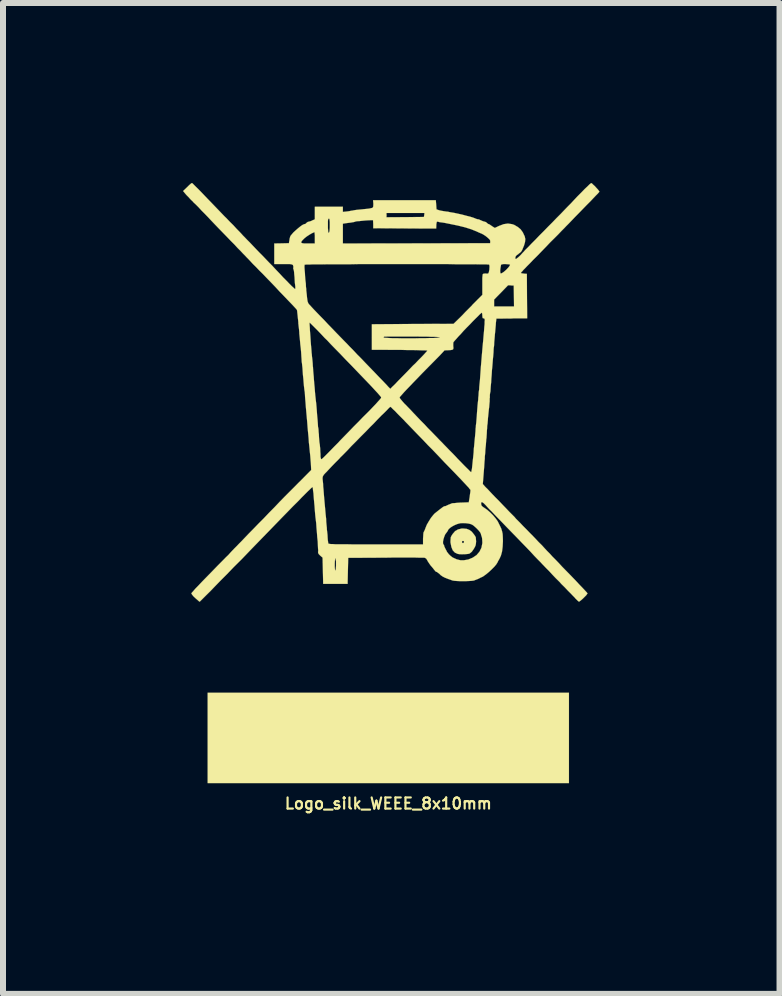
<source format=kicad_pcb>
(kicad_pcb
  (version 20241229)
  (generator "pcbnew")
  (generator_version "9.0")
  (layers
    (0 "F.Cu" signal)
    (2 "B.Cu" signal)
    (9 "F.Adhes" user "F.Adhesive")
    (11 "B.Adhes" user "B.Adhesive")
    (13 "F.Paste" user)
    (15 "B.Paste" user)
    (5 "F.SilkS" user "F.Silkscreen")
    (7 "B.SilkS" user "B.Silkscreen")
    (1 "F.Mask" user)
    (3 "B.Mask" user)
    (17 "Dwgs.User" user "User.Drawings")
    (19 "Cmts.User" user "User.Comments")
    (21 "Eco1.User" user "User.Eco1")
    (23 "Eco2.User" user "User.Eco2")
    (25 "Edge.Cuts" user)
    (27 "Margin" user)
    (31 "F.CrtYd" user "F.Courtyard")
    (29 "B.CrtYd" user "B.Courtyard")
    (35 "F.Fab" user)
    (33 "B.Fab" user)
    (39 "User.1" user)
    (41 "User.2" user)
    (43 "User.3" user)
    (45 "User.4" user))
  (footprint "Logo_silk_WEEE_8x10mm"
    (layer "F.Cu")
    (at 3.42 5.056)
    (property "Reference" "Logo_silk_WEEE_8x10mm" (at 0 5.283 0) (layer "F.SilkS") (effects (font (size 0.185 0.185) (thickness 0.036))))
    (attr exclude_from_pos_files exclude_from_bom)
    (fp_poly (pts (xy 3.01 4.943) (xy 0 4.943) (xy -3.01 4.943) (xy -3.01 4.188) (xy -3.01 3.437) (xy 0 3.437) (xy 3.01 3.437) (xy 3.01 4.188) (xy 3.01 4.943)) (stroke (width 0.003) (type solid)) (fill yes) (layer "F.SilkS"))
    (fp_poly (pts (xy 1.463 0.914) (xy 1.46 0.953) (xy 1.455 0.98) (xy 1.443 1.008) (xy 1.422 1.044) (xy 1.392 1.087) (xy 1.364 1.11) (xy 1.349 1.12) (xy 1.318 1.125) (xy 1.278 1.128) (xy 1.262 1.128) (xy 1.262 0.917) (xy 1.252 0.907) (xy 1.237 0.907) (xy 1.232 0.909) (xy 1.227 0.927) (xy 1.234 0.94) (xy 1.245 0.945) (xy 1.257 0.937) (xy 1.26 0.932) (xy 1.262 0.917) (xy 1.262 1.128) (xy 1.229 1.13) (xy 1.186 1.128) (xy 1.156 1.123) (xy 1.11 1.102) (xy 1.074 1.064) (xy 1.052 1.011) (xy 1.039 0.945) (xy 1.036 0.914) (xy 1.039 0.874) (xy 1.041 0.846) (xy 1.054 0.82) (xy 1.072 0.792) (xy 1.113 0.744) (xy 1.161 0.716) (xy 1.222 0.701) (xy 1.25 0.701) (xy 1.306 0.706) (xy 1.351 0.724) (xy 1.392 0.754) (xy 1.422 0.792) (xy 1.445 0.823) (xy 1.458 0.848) (xy 1.46 0.876) (xy 1.463 0.914)) (stroke (width 0.003) (type solid)) (fill yes) (layer "F.SilkS"))
    (fp_poly (pts (xy 3.518 -4.912) (xy 3.51 -4.902) (xy 3.49 -4.879) (xy 3.457 -4.846) (xy 3.416 -4.803) (xy 3.368 -4.752) (xy 3.315 -4.699) (xy 3.297 -4.681) (xy 3.236 -4.618) (xy 3.172 -4.552) (xy 3.109 -4.488) (xy 3.051 -4.427) (xy 3.002 -4.376) (xy 2.964 -4.338) (xy 2.931 -4.303) (xy 2.885 -4.257) (xy 2.83 -4.199) (xy 2.766 -4.135) (xy 2.697 -4.067) (xy 2.629 -3.995) (xy 2.56 -3.924) (xy 2.479 -3.84) (xy 2.41 -3.772) (xy 2.357 -3.716) (xy 2.311 -3.67) (xy 2.278 -3.635) (xy 2.25 -3.607) (xy 2.233 -3.586) (xy 2.22 -3.574) (xy 2.215 -3.566) (xy 2.21 -3.559) (xy 2.212 -3.556) (xy 2.225 -3.551) (xy 2.253 -3.548) (xy 2.263 -3.546) (xy 2.309 -3.543) (xy 2.311 -3.172) (xy 2.314 -2.802) (xy 2.095 -2.802) (xy 2.095 -3) (xy 2.093 -3.172) (xy 2.09 -3.348) (xy 2.045 -3.35) (xy 2.029 -3.353) (xy 2.029 -3.691) (xy 2.029 -3.693) (xy 2.017 -3.701) (xy 1.989 -3.703) (xy 1.956 -3.706) (xy 1.92 -3.706) (xy 1.892 -3.701) (xy 1.882 -3.698) (xy 1.877 -3.686) (xy 1.872 -3.658) (xy 1.867 -3.625) (xy 1.864 -3.592) (xy 1.867 -3.564) (xy 1.867 -3.559) (xy 1.875 -3.548) (xy 1.895 -3.556) (xy 1.925 -3.576) (xy 1.963 -3.609) (xy 1.971 -3.617) (xy 1.999 -3.647) (xy 2.019 -3.673) (xy 2.029 -3.691) (xy 2.029 -3.353) (xy 1.996 -3.353) (xy 1.88 -3.233) (xy 1.763 -3.114) (xy 1.763 -3.056) (xy 1.763 -3) (xy 1.93 -3) (xy 2.095 -3) (xy 2.095 -2.802) (xy 2.057 -2.799) (xy 1.801 -2.797) (xy 1.793 -2.728) (xy 1.791 -2.692) (xy 1.786 -2.639) (xy 1.781 -2.581) (xy 1.775 -2.522) (xy 1.775 -2.515) (xy 1.77 -2.459) (xy 1.765 -2.403) (xy 1.763 -2.355) (xy 1.76 -2.324) (xy 1.758 -2.319) (xy 1.755 -2.286) (xy 1.753 -2.235) (xy 1.748 -2.174) (xy 1.742 -2.111) (xy 1.737 -2.045) (xy 1.732 -1.986) (xy 1.727 -1.938) (xy 1.727 -1.935) (xy 1.725 -1.902) (xy 1.722 -1.854) (xy 1.717 -1.796) (xy 1.714 -1.735) (xy 1.712 -1.72) (xy 1.707 -1.664) (xy 1.704 -1.618) (xy 1.702 -1.582) (xy 1.699 -1.572) (xy 1.699 -4.079) (xy 1.697 -4.1) (xy 1.684 -4.12) (xy 1.656 -4.145) (xy 1.651 -4.15) (xy 1.618 -4.176) (xy 1.582 -4.199) (xy 1.56 -4.211) (xy 1.521 -4.227) (xy 1.483 -4.244) (xy 1.478 -4.247) (xy 1.384 -4.285) (xy 1.28 -4.318) (xy 1.158 -4.348) (xy 1.021 -4.376) (xy 0.942 -4.392) (xy 0.897 -4.399) (xy 0.856 -4.404) (xy 0.828 -4.412) (xy 0.818 -4.412) (xy 0.81 -4.412) (xy 0.805 -4.397) (xy 0.8 -4.366) (xy 0.8 -4.356) (xy 0.798 -4.298) (xy 0.602 -4.298) (xy 0.602 -4.557) (xy 0.284 -4.557) (xy -0.03 -4.557) (xy -0.03 -4.521) (xy -0.03 -4.486) (xy 0.282 -4.488) (xy 0.594 -4.491) (xy 0.599 -4.524) (xy 0.602 -4.557) (xy 0.602 -4.298) (xy 0.272 -4.3) (xy -0.251 -4.303) (xy -0.251 -4.371) (xy -0.254 -4.437) (xy -0.295 -4.437) (xy -0.338 -4.435) (xy -0.386 -4.432) (xy -0.437 -4.427) (xy -0.483 -4.422) (xy -0.521 -4.42) (xy -0.546 -4.415) (xy -0.554 -4.412) (xy -0.569 -4.407) (xy -0.599 -4.402) (xy -0.627 -4.397) (xy -0.668 -4.392) (xy -0.706 -4.387) (xy -0.724 -4.384) (xy -0.757 -4.379) (xy -0.757 -4.214) (xy -0.757 -4.049) (xy 0.467 -4.051) (xy 1.697 -4.054) (xy 1.699 -4.079) (xy 1.699 -1.572) (xy 1.697 -1.56) (xy 1.697 -1.557) (xy 1.694 -1.544) (xy 1.692 -1.516) (xy 1.692 -1.478) (xy 1.689 -1.466) (xy 1.689 -1.417) (xy 1.687 -1.4) (xy 1.687 -3.663) (xy 1.684 -3.688) (xy 1.679 -3.698) (xy 1.666 -3.698) (xy 1.636 -3.701) (xy 1.585 -3.701) (xy 1.519 -3.701) (xy 1.438 -3.703) (xy 1.344 -3.703) (xy 1.237 -3.703) (xy 1.12 -3.703) (xy 0.993 -3.706) (xy 0.856 -3.706) (xy 0.714 -3.706) (xy 0.566 -3.706) (xy 0.417 -3.706) (xy 0.262 -3.706) (xy 0.107 -3.706) (xy -0.046 -3.706) (xy -0.198 -3.706) (xy -0.348 -3.706) (xy -0.493 -3.706) (xy -0.632 -3.703) (xy -0.765 -3.703) (xy -0.886 -3.703) (xy -0.975 -3.703) (xy -0.975 -4.351) (xy -0.975 -4.402) (xy -0.978 -4.435) (xy -0.98 -4.455) (xy -0.986 -4.463) (xy -0.991 -4.463) (xy -0.998 -4.46) (xy -1.003 -4.448) (xy -1.006 -4.425) (xy -1.006 -4.384) (xy -1.006 -4.351) (xy -1.006 -4.305) (xy -1.003 -4.267) (xy -1.001 -4.242) (xy -1.001 -4.232) (xy -0.991 -4.229) (xy -0.983 -4.239) (xy -0.978 -4.267) (xy -0.975 -4.315) (xy -0.975 -4.351) (xy -0.975 -3.703) (xy -1.001 -3.703) (xy -1.102 -3.701) (xy -1.191 -3.701) (xy -1.224 -3.701) (xy -1.224 -4.049) (xy -1.224 -4.143) (xy -1.224 -4.183) (xy -1.227 -4.214) (xy -1.229 -4.234) (xy -1.232 -4.237) (xy -1.252 -4.229) (xy -1.283 -4.214) (xy -1.321 -4.191) (xy -1.359 -4.166) (xy -1.392 -4.14) (xy -1.4 -4.133) (xy -1.433 -4.1) (xy -1.45 -4.077) (xy -1.45 -4.061) (xy -1.435 -4.054) (xy -1.402 -4.049) (xy -1.349 -4.049) (xy -1.339 -4.049) (xy -1.224 -4.049) (xy -1.224 -3.701) (xy -1.267 -3.701) (xy -1.326 -3.698) (xy -1.367 -3.698) (xy -1.392 -3.696) (xy -1.394 -3.696) (xy -1.397 -3.683) (xy -1.397 -3.653) (xy -1.394 -3.607) (xy -1.389 -3.553) (xy -1.387 -3.505) (xy -1.382 -3.442) (xy -1.374 -3.381) (xy -1.372 -3.327) (xy -1.367 -3.287) (xy -1.367 -3.269) (xy -1.359 -3.2) (xy -1.354 -3.147) (xy -1.349 -3.109) (xy -1.344 -3.081) (xy -1.336 -3.061) (xy -1.328 -3.045) (xy -1.318 -3.033) (xy -1.303 -3.018) (xy -1.278 -2.99) (xy -1.24 -2.949) (xy -1.191 -2.898) (xy -1.135 -2.84) (xy -1.072 -2.776) (xy -1.006 -2.705) (xy -0.937 -2.634) (xy -0.866 -2.56) (xy -0.795 -2.487) (xy -0.726 -2.416) (xy -0.693 -2.383) (xy -0.645 -2.332) (xy -0.594 -2.281) (xy -0.549 -2.233) (xy -0.511 -2.192) (xy -0.485 -2.167) (xy -0.437 -2.118) (xy -0.384 -2.062) (xy -0.328 -2.004) (xy -0.272 -1.946) (xy -0.213 -1.885) (xy -0.157 -1.826) (xy -0.107 -1.775) (xy -0.061 -1.727) (xy -0.025 -1.689) (xy 0 -1.661) (xy 0.015 -1.646) (xy 0.018 -1.643) (xy 0.03 -1.631) (xy 0.033 -1.628) (xy 0.043 -1.636) (xy 0.061 -1.656) (xy 0.091 -1.684) (xy 0.127 -1.72) (xy 0.145 -1.74) (xy 0.185 -1.781) (xy 0.234 -1.831) (xy 0.292 -1.89) (xy 0.351 -1.951) (xy 0.411 -2.014) (xy 0.452 -2.052) (xy 0.503 -2.106) (xy 0.551 -2.154) (xy 0.592 -2.197) (xy 0.622 -2.23) (xy 0.643 -2.253) (xy 0.65 -2.263) (xy 0.643 -2.266) (xy 0.612 -2.268) (xy 0.564 -2.268) (xy 0.5 -2.271) (xy 0.419 -2.273) (xy 0.323 -2.273) (xy 0.211 -2.276) (xy 0.188 -2.276) (xy -0.274 -2.278) (xy -0.274 -2.492) (xy -0.274 -2.703) (xy 0.406 -2.708) (xy 1.087 -2.71) (xy 1.163 -2.784) (xy 1.194 -2.814) (xy 1.237 -2.857) (xy 1.285 -2.908) (xy 1.339 -2.962) (xy 1.392 -3.015) (xy 1.402 -3.028) (xy 1.567 -3.193) (xy 1.567 -3.365) (xy 1.567 -3.429) (xy 1.567 -3.475) (xy 1.57 -3.508) (xy 1.572 -3.526) (xy 1.575 -3.538) (xy 1.582 -3.543) (xy 1.59 -3.546) (xy 1.613 -3.548) (xy 1.623 -3.548) (xy 1.651 -3.546) (xy 1.669 -3.553) (xy 1.676 -3.574) (xy 1.684 -3.609) (xy 1.684 -3.619) (xy 1.687 -3.663) (xy 1.687 -1.4) (xy 1.684 -1.367) (xy 1.681 -1.328) (xy 1.681 -1.326) (xy 1.676 -1.288) (xy 1.671 -1.24) (xy 1.666 -1.189) (xy 1.661 -1.143) (xy 1.659 -1.105) (xy 1.656 -1.077) (xy 1.656 -1.074) (xy 1.654 -1.049) (xy 1.648 -1.011) (xy 1.646 -0.965) (xy 1.643 -0.932) (xy 1.641 -0.884) (xy 1.638 -0.841) (xy 1.636 -0.805) (xy 1.633 -0.792) (xy 1.631 -0.767) (xy 1.628 -0.726) (xy 1.626 -0.693) (xy 1.623 -0.665) (xy 1.618 -0.62) (xy 1.615 -0.561) (xy 1.608 -0.493) (xy 1.608 -0.465) (xy 1.608 -2.774) (xy 1.605 -2.789) (xy 1.6 -2.797) (xy 1.595 -2.802) (xy 1.587 -2.802) (xy 1.575 -2.804) (xy 1.57 -2.817) (xy 1.567 -2.842) (xy 1.567 -2.85) (xy 1.565 -2.878) (xy 1.56 -2.893) (xy 1.557 -2.896) (xy 1.547 -2.888) (xy 1.524 -2.868) (xy 1.494 -2.837) (xy 1.453 -2.797) (xy 1.407 -2.751) (xy 1.359 -2.7) (xy 1.308 -2.649) (xy 1.257 -2.596) (xy 1.212 -2.545) (xy 1.168 -2.499) (xy 1.133 -2.459) (xy 1.105 -2.428) (xy 1.09 -2.41) (xy 1.085 -2.405) (xy 1.082 -2.38) (xy 1.082 -2.347) (xy 1.082 -2.339) (xy 1.085 -2.311) (xy 1.082 -2.289) (xy 1.079 -2.286) (xy 1.067 -2.278) (xy 1.039 -2.273) (xy 1.006 -2.271) (xy 0.937 -2.268) (xy 0.859 -2.184) (xy 0.859 -2.484) (xy 0.853 -2.487) (xy 0.838 -2.489) (xy 0.81 -2.492) (xy 0.772 -2.494) (xy 0.719 -2.494) (xy 0.648 -2.497) (xy 0.561 -2.497) (xy 0.457 -2.499) (xy 0.396 -2.499) (xy 0.302 -2.499) (xy 0.213 -2.499) (xy 0.132 -2.499) (xy 0.061 -2.499) (xy 0.003 -2.499) (xy -0.038 -2.497) (xy -0.064 -2.497) (xy -0.069 -2.497) (xy -0.079 -2.487) (xy -0.076 -2.482) (xy -0.066 -2.479) (xy -0.036 -2.477) (xy 0.008 -2.474) (xy 0.066 -2.471) (xy 0.132 -2.471) (xy 0.208 -2.469) (xy 0.292 -2.469) (xy 0.376 -2.469) (xy 0.46 -2.469) (xy 0.544 -2.471) (xy 0.622 -2.471) (xy 0.693 -2.474) (xy 0.754 -2.474) (xy 0.803 -2.477) (xy 0.838 -2.479) (xy 0.856 -2.482) (xy 0.859 -2.484) (xy 0.859 -2.184) (xy 0.564 -1.885) (xy 0.493 -1.811) (xy 0.424 -1.74) (xy 0.363 -1.676) (xy 0.307 -1.618) (xy 0.262 -1.57) (xy 0.226 -1.529) (xy 0.201 -1.501) (xy 0.188 -1.486) (xy 0.193 -1.471) (xy 0.213 -1.445) (xy 0.241 -1.412) (xy 0.277 -1.372) (xy 0.287 -1.364) (xy 0.323 -1.326) (xy 0.368 -1.28) (xy 0.422 -1.222) (xy 0.48 -1.161) (xy 0.541 -1.097) (xy 0.602 -1.036) (xy 0.658 -0.975) (xy 0.714 -0.919) (xy 0.765 -0.866) (xy 0.81 -0.82) (xy 0.846 -0.782) (xy 0.869 -0.759) (xy 0.871 -0.757) (xy 0.894 -0.734) (xy 0.927 -0.699) (xy 0.97 -0.655) (xy 1.021 -0.602) (xy 1.077 -0.546) (xy 1.135 -0.485) (xy 1.151 -0.467) (xy 1.206 -0.411) (xy 1.257 -0.358) (xy 1.3 -0.315) (xy 1.339 -0.277) (xy 1.364 -0.251) (xy 1.379 -0.239) (xy 1.379 -0.236) (xy 1.384 -0.246) (xy 1.389 -0.272) (xy 1.394 -0.297) (xy 1.4 -0.353) (xy 1.407 -0.422) (xy 1.415 -0.495) (xy 1.422 -0.566) (xy 1.425 -0.627) (xy 1.43 -0.671) (xy 1.435 -0.726) (xy 1.44 -0.782) (xy 1.443 -0.808) (xy 1.448 -0.864) (xy 1.453 -0.919) (xy 1.455 -0.968) (xy 1.458 -0.986) (xy 1.46 -1.019) (xy 1.466 -1.067) (xy 1.471 -1.128) (xy 1.476 -1.191) (xy 1.478 -1.229) (xy 1.483 -1.293) (xy 1.488 -1.356) (xy 1.494 -1.412) (xy 1.499 -1.455) (xy 1.499 -1.473) (xy 1.504 -1.519) (xy 1.506 -1.562) (xy 1.509 -1.587) (xy 1.514 -1.615) (xy 1.516 -1.659) (xy 1.521 -1.712) (xy 1.527 -1.768) (xy 1.527 -1.77) (xy 1.534 -1.869) (xy 1.542 -1.984) (xy 1.552 -2.103) (xy 1.562 -2.223) (xy 1.572 -2.337) (xy 1.582 -2.441) (xy 1.587 -2.502) (xy 1.595 -2.588) (xy 1.6 -2.657) (xy 1.605 -2.708) (xy 1.605 -2.746) (xy 1.608 -2.774) (xy 1.608 -0.465) (xy 1.603 -0.414) (xy 1.598 -0.335) (xy 1.598 -0.333) (xy 1.575 -0.041) (xy 1.608 -0.003) (xy 1.623 0.013) (xy 1.654 0.043) (xy 1.692 0.084) (xy 1.737 0.132) (xy 1.788 0.185) (xy 1.844 0.241) (xy 1.847 0.244) (xy 1.902 0.302) (xy 1.961 0.363) (xy 2.014 0.419) (xy 2.062 0.467) (xy 2.103 0.508) (xy 2.126 0.536) (xy 2.156 0.566) (xy 2.197 0.607) (xy 2.245 0.658) (xy 2.301 0.714) (xy 2.357 0.772) (xy 2.393 0.808) (xy 2.449 0.866) (xy 2.504 0.925) (xy 2.56 0.98) (xy 2.606 1.031) (xy 2.644 1.072) (xy 2.662 1.09) (xy 2.692 1.12) (xy 2.733 1.166) (xy 2.784 1.217) (xy 2.84 1.275) (xy 2.896 1.336) (xy 2.941 1.382) (xy 3.038 1.481) (xy 3.119 1.565) (xy 3.185 1.636) (xy 3.239 1.692) (xy 3.279 1.735) (xy 3.305 1.763) (xy 3.317 1.778) (xy 3.32 1.781) (xy 3.312 1.793) (xy 3.297 1.814) (xy 3.272 1.839) (xy 3.244 1.867) (xy 3.216 1.892) (xy 3.193 1.91) (xy 3.178 1.92) (xy 3.167 1.913) (xy 3.147 1.895) (xy 3.119 1.867) (xy 3.104 1.849) (xy 3.076 1.821) (xy 3.04 1.783) (xy 2.992 1.735) (xy 2.941 1.681) (xy 2.885 1.626) (xy 2.85 1.587) (xy 2.791 1.529) (xy 2.733 1.468) (xy 2.68 1.41) (xy 2.629 1.359) (xy 2.588 1.316) (xy 2.57 1.298) (xy 2.537 1.262) (xy 2.489 1.214) (xy 2.433 1.156) (xy 2.37 1.087) (xy 2.299 1.013) (xy 2.223 0.935) (xy 2.144 0.853) (xy 2.065 0.772) (xy 1.986 0.691) (xy 1.913 0.615) (xy 1.844 0.544) (xy 1.819 0.518) (xy 1.77 0.467) (xy 1.725 0.419) (xy 1.681 0.376) (xy 1.646 0.338) (xy 1.623 0.312) (xy 1.59 0.279) (xy 1.565 0.262) (xy 1.552 0.262) (xy 1.547 0.279) (xy 1.547 0.292) (xy 1.552 0.315) (xy 1.567 0.333) (xy 1.593 0.351) (xy 1.603 0.358) (xy 1.648 0.389) (xy 1.697 0.432) (xy 1.745 0.48) (xy 1.788 0.531) (xy 1.821 0.577) (xy 1.829 0.592) (xy 1.859 0.653) (xy 1.882 0.701) (xy 1.895 0.744) (xy 1.905 0.79) (xy 1.908 0.841) (xy 1.91 0.904) (xy 1.91 0.912) (xy 1.905 1.006) (xy 1.895 1.085) (xy 1.877 1.151) (xy 1.852 1.206) (xy 1.847 1.214) (xy 1.829 1.245) (xy 1.819 1.267) (xy 1.798 1.3) (xy 1.765 1.339) (xy 1.722 1.382) (xy 1.676 1.425) (xy 1.626 1.466) (xy 1.58 1.499) (xy 1.567 1.506) (xy 1.567 0.927) (xy 1.565 0.889) (xy 1.562 0.856) (xy 1.557 0.838) (xy 1.547 0.808) (xy 1.542 0.787) (xy 1.532 0.767) (xy 1.509 0.737) (xy 1.478 0.704) (xy 1.445 0.673) (xy 1.415 0.648) (xy 1.394 0.635) (xy 1.372 0.627) (xy 1.369 0.625) (xy 1.369 0.066) (xy 1.369 0.061) (xy 1.367 0.053) (xy 1.359 0.046) (xy 1.349 0.033) (xy 1.336 0.015) (xy 1.316 -0.005) (xy 1.288 -0.036) (xy 1.255 -0.071) (xy 1.212 -0.117) (xy 1.161 -0.17) (xy 1.1 -0.234) (xy 1.026 -0.31) (xy 0.942 -0.396) (xy 0.846 -0.498) (xy 0.737 -0.612) (xy 0.663 -0.686) (xy 0.584 -0.77) (xy 0.5 -0.856) (xy 0.419 -0.94) (xy 0.343 -1.019) (xy 0.277 -1.087) (xy 0.264 -1.102) (xy 0.208 -1.158) (xy 0.157 -1.209) (xy 0.114 -1.255) (xy 0.076 -1.29) (xy 0.051 -1.316) (xy 0.036 -1.326) (xy 0.033 -1.328) (xy 0.025 -1.321) (xy 0.003 -1.3) (xy -0.028 -1.267) (xy -0.071 -1.224) (xy -0.119 -1.179) (xy -0.119 -1.483) (xy -0.124 -1.494) (xy -0.145 -1.519) (xy -0.178 -1.557) (xy -0.221 -1.603) (xy -0.272 -1.659) (xy -0.33 -1.72) (xy -0.378 -1.77) (xy -0.503 -1.9) (xy -0.615 -2.017) (xy -0.714 -2.118) (xy -0.803 -2.212) (xy -0.884 -2.294) (xy -0.955 -2.367) (xy -1.019 -2.436) (xy -1.059 -2.474) (xy -1.125 -2.545) (xy -1.179 -2.601) (xy -1.222 -2.644) (xy -1.255 -2.677) (xy -1.278 -2.7) (xy -1.293 -2.715) (xy -1.303 -2.725) (xy -1.308 -2.728) (xy -1.311 -2.728) (xy -1.313 -2.718) (xy -1.311 -2.69) (xy -1.308 -2.649) (xy -1.306 -2.601) (xy -1.298 -2.499) (xy -1.293 -2.418) (xy -1.288 -2.352) (xy -1.283 -2.299) (xy -1.28 -2.261) (xy -1.278 -2.23) (xy -1.275 -2.205) (xy -1.273 -2.187) (xy -1.273 -2.179) (xy -1.27 -2.151) (xy -1.265 -2.108) (xy -1.26 -2.055) (xy -1.257 -1.999) (xy -1.255 -1.991) (xy -1.252 -1.933) (xy -1.247 -1.877) (xy -1.242 -1.826) (xy -1.24 -1.791) (xy -1.234 -1.714) (xy -1.227 -1.643) (xy -1.222 -1.577) (xy -1.217 -1.519) (xy -1.212 -1.476) (xy -1.209 -1.448) (xy -1.209 -1.445) (xy -1.206 -1.422) (xy -1.201 -1.379) (xy -1.196 -1.323) (xy -1.191 -1.26) (xy -1.186 -1.186) (xy -1.179 -1.113) (xy -1.176 -1.074) (xy -1.173 -1.031) (xy -1.171 -0.993) (xy -1.166 -0.97) (xy -1.163 -0.945) (xy -1.161 -0.907) (xy -1.156 -0.861) (xy -1.156 -0.846) (xy -1.153 -0.792) (xy -1.148 -0.737) (xy -1.14 -0.688) (xy -1.14 -0.681) (xy -1.135 -0.632) (xy -1.133 -0.577) (xy -1.13 -0.541) (xy -1.13 -0.498) (xy -1.125 -0.47) (xy -1.118 -0.457) (xy -1.11 -0.455) (xy -1.102 -0.462) (xy -1.079 -0.483) (xy -1.046 -0.516) (xy -1.003 -0.559) (xy -0.953 -0.61) (xy -0.897 -0.668) (xy -0.833 -0.732) (xy -0.803 -0.765) (xy -0.729 -0.841) (xy -0.65 -0.922) (xy -0.572 -1.003) (xy -0.493 -1.082) (xy -0.422 -1.156) (xy -0.358 -1.219) (xy -0.31 -1.267) (xy -0.257 -1.323) (xy -0.208 -1.374) (xy -0.17 -1.417) (xy -0.14 -1.45) (xy -0.122 -1.473) (xy -0.119 -1.483) (xy -0.119 -1.179) (xy -0.124 -1.173) (xy -0.183 -1.113) (xy -0.246 -1.046) (xy -0.3 -0.993) (xy -0.376 -0.914) (xy -0.457 -0.833) (xy -0.536 -0.752) (xy -0.615 -0.673) (xy -0.686 -0.597) (xy -0.749 -0.533) (xy -0.803 -0.48) (xy -0.815 -0.465) (xy -0.886 -0.394) (xy -0.945 -0.333) (xy -0.991 -0.284) (xy -1.026 -0.246) (xy -1.054 -0.218) (xy -1.074 -0.196) (xy -1.085 -0.178) (xy -1.092 -0.163) (xy -1.095 -0.152) (xy -1.095 -0.14) (xy -1.095 -0.127) (xy -1.095 -0.124) (xy -1.092 -0.097) (xy -1.087 -0.051) (xy -1.085 0) (xy -1.079 0.056) (xy -1.079 0.061) (xy -1.069 0.188) (xy -1.057 0.32) (xy -1.044 0.465) (xy -1.036 0.538) (xy -1.034 0.592) (xy -1.029 0.645) (xy -1.024 0.693) (xy -1.024 0.711) (xy -1.019 0.754) (xy -1.013 0.808) (xy -1.011 0.851) (xy -1.008 0.892) (xy -1.003 0.925) (xy -1.001 0.945) (xy -1.001 0.947) (xy -0.998 0.95) (xy -0.993 0.953) (xy -0.986 0.955) (xy -0.97 0.958) (xy -0.95 0.96) (xy -0.922 0.96) (xy -0.884 0.963) (xy -0.833 0.963) (xy -0.772 0.963) (xy -0.696 0.963) (xy -0.607 0.965) (xy -0.5 0.965) (xy -0.376 0.965) (xy -0.234 0.965) (xy -0.206 0.965) (xy 0.579 0.965) (xy 0.579 0.869) (xy 0.582 0.826) (xy 0.584 0.79) (xy 0.587 0.767) (xy 0.589 0.762) (xy 0.597 0.747) (xy 0.61 0.719) (xy 0.622 0.686) (xy 0.643 0.635) (xy 0.676 0.579) (xy 0.711 0.523) (xy 0.747 0.478) (xy 0.77 0.452) (xy 0.805 0.424) (xy 0.843 0.394) (xy 0.879 0.366) (xy 0.907 0.345) (xy 0.927 0.333) (xy 0.932 0.33) (xy 0.95 0.328) (xy 0.963 0.323) (xy 0.996 0.307) (xy 1.039 0.29) (xy 1.052 0.284) (xy 1.069 0.279) (xy 1.105 0.277) (xy 1.151 0.272) (xy 1.201 0.269) (xy 1.206 0.269) (xy 1.341 0.264) (xy 1.356 0.175) (xy 1.361 0.132) (xy 1.367 0.094) (xy 1.369 0.069) (xy 1.369 0.066) (xy 1.369 0.625) (xy 1.333 0.617) (xy 1.29 0.612) (xy 1.288 0.612) (xy 1.242 0.61) (xy 1.204 0.612) (xy 1.168 0.62) (xy 1.146 0.627) (xy 1.107 0.643) (xy 1.069 0.663) (xy 1.034 0.686) (xy 1.008 0.709) (xy 0.996 0.726) (xy 0.996 0.729) (xy 0.988 0.744) (xy 0.973 0.765) (xy 0.968 0.772) (xy 0.947 0.8) (xy 0.932 0.838) (xy 0.919 0.879) (xy 0.912 0.917) (xy 0.912 0.95) (xy 0.922 0.968) (xy 0.922 0.97) (xy 0.932 0.986) (xy 0.932 0.996) (xy 0.94 1.013) (xy 0.953 1.041) (xy 0.973 1.077) (xy 0.975 1.085) (xy 1.008 1.128) (xy 1.039 1.158) (xy 1.074 1.184) (xy 1.14 1.214) (xy 1.201 1.229) (xy 1.262 1.229) (xy 1.333 1.217) (xy 1.407 1.186) (xy 1.471 1.143) (xy 1.519 1.087) (xy 1.552 1.021) (xy 1.567 0.945) (xy 1.567 0.927) (xy 1.567 1.506) (xy 1.544 1.516) (xy 1.499 1.539) (xy 1.46 1.554) (xy 1.427 1.567) (xy 1.392 1.572) (xy 1.349 1.575) (xy 1.293 1.577) (xy 1.252 1.577) (xy 1.189 1.577) (xy 1.143 1.575) (xy 1.105 1.572) (xy 1.072 1.567) (xy 1.036 1.554) (xy 0.993 1.539) (xy 0.942 1.519) (xy 0.907 1.501) (xy 0.871 1.476) (xy 0.856 1.46) (xy 0.831 1.44) (xy 0.81 1.425) (xy 0.8 1.422) (xy 0.787 1.415) (xy 0.77 1.394) (xy 0.765 1.389) (xy 0.744 1.361) (xy 0.716 1.328) (xy 0.709 1.321) (xy 0.683 1.285) (xy 0.658 1.247) (xy 0.653 1.237) (xy 0.635 1.206) (xy 0.612 1.189) (xy 0.61 1.189) (xy 0.594 1.186) (xy 0.561 1.186) (xy 0.511 1.186) (xy 0.445 1.184) (xy 0.366 1.184) (xy 0.277 1.184) (xy 0.178 1.184) (xy 0.071 1.184) (xy -0.041 1.186) (xy -0.668 1.189) (xy -0.673 1.407) (xy -0.678 1.623) (xy -0.871 1.623) (xy -0.871 1.298) (xy -0.871 1.25) (xy -0.876 1.214) (xy -0.879 1.196) (xy -0.881 1.194) (xy -0.886 1.204) (xy -0.889 1.229) (xy -0.892 1.273) (xy -0.892 1.298) (xy -0.892 1.346) (xy -0.889 1.379) (xy -0.884 1.4) (xy -0.881 1.4) (xy -0.876 1.389) (xy -0.874 1.364) (xy -0.871 1.321) (xy -0.871 1.298) (xy -0.871 1.623) (xy -0.881 1.623) (xy -1.085 1.623) (xy -1.09 1.405) (xy -1.095 1.186) (xy -1.135 1.151) (xy -1.158 1.128) (xy -1.168 1.11) (xy -1.171 1.087) (xy -1.168 1.085) (xy -1.168 1.064) (xy -1.171 1.029) (xy -1.173 0.978) (xy -1.176 0.914) (xy -1.184 0.843) (xy -1.189 0.77) (xy -1.196 0.691) (xy -1.201 0.615) (xy -1.209 0.546) (xy -1.214 0.508) (xy -1.219 0.457) (xy -1.224 0.394) (xy -1.229 0.325) (xy -1.234 0.274) (xy -1.242 0.183) (xy -1.247 0.112) (xy -1.255 0.058) (xy -1.257 0.025) (xy -1.262 0.01) (xy -1.267 0.013) (xy -1.283 0.025) (xy -1.306 0.048) (xy -1.341 0.081) (xy -1.387 0.127) (xy -1.443 0.183) (xy -1.511 0.254) (xy -1.593 0.335) (xy -1.687 0.432) (xy -1.781 0.528) (xy -1.966 0.719) (xy -2.139 0.897) (xy -2.299 1.062) (xy -2.443 1.212) (xy -2.578 1.346) (xy -2.695 1.468) (xy -2.802 1.575) (xy -2.893 1.669) (xy -2.969 1.748) (xy -3.033 1.811) (xy -3.081 1.859) (xy -3.117 1.895) (xy -3.137 1.915) (xy -3.145 1.92) (xy -3.155 1.913) (xy -3.175 1.895) (xy -3.205 1.869) (xy -3.216 1.859) (xy -3.246 1.831) (xy -3.269 1.803) (xy -3.279 1.786) (xy -3.282 1.783) (xy -3.274 1.77) (xy -3.251 1.745) (xy -3.216 1.704) (xy -3.167 1.654) (xy -3.104 1.587) (xy -3.028 1.509) (xy -2.941 1.42) (xy -2.842 1.318) (xy -2.731 1.206) (xy -2.705 1.179) (xy -2.667 1.143) (xy -2.624 1.095) (xy -2.573 1.041) (xy -2.52 0.988) (xy -2.487 0.953) (xy -2.443 0.909) (xy -2.388 0.851) (xy -2.322 0.782) (xy -2.245 0.704) (xy -2.164 0.62) (xy -2.075 0.531) (xy -1.986 0.437) (xy -1.895 0.345) (xy -1.806 0.251) (xy -1.72 0.163) (xy -1.636 0.079) (xy -1.56 0.003) (xy -1.494 -0.064) (xy -1.471 -0.086) (xy -1.285 -0.274) (xy -1.29 -0.384) (xy -1.295 -0.442) (xy -1.3 -0.508) (xy -1.306 -0.566) (xy -1.308 -0.584) (xy -1.311 -0.617) (xy -1.316 -0.668) (xy -1.323 -0.732) (xy -1.328 -0.808) (xy -1.336 -0.892) (xy -1.344 -0.98) (xy -1.351 -1.072) (xy -1.359 -1.163) (xy -1.367 -1.25) (xy -1.374 -1.331) (xy -1.379 -1.4) (xy -1.384 -1.455) (xy -1.387 -1.494) (xy -1.389 -1.537) (xy -1.392 -1.575) (xy -1.397 -1.603) (xy -1.4 -1.628) (xy -1.405 -1.671) (xy -1.41 -1.727) (xy -1.415 -1.791) (xy -1.422 -1.857) (xy -1.427 -1.928) (xy -1.427 -1.93) (xy -1.43 -1.976) (xy -1.435 -2.019) (xy -1.438 -2.05) (xy -1.443 -2.083) (xy -1.445 -2.126) (xy -1.448 -2.164) (xy -1.45 -2.2) (xy -1.453 -2.245) (xy -1.458 -2.301) (xy -1.466 -2.367) (xy -1.473 -2.451) (xy -1.483 -2.55) (xy -1.483 -2.568) (xy -1.488 -2.624) (xy -1.496 -2.69) (xy -1.501 -2.758) (xy -1.506 -2.802) (xy -1.511 -2.852) (xy -1.516 -2.896) (xy -1.519 -2.929) (xy -1.524 -2.944) (xy -1.534 -2.957) (xy -1.554 -2.979) (xy -1.59 -3.018) (xy -1.633 -3.063) (xy -1.687 -3.119) (xy -1.748 -3.183) (xy -1.814 -3.251) (xy -1.882 -3.325) (xy -1.953 -3.399) (xy -2.027 -3.475) (xy -2.09 -3.541) (xy -2.149 -3.599) (xy -2.205 -3.658) (xy -2.256 -3.708) (xy -2.301 -3.757) (xy -2.334 -3.792) (xy -2.36 -3.818) (xy -2.362 -3.82) (xy -2.383 -3.843) (xy -2.416 -3.876) (xy -2.459 -3.922) (xy -2.51 -3.973) (xy -2.563 -4.031) (xy -2.621 -4.089) (xy -2.626 -4.094) (xy -2.692 -4.163) (xy -2.764 -4.237) (xy -2.835 -4.31) (xy -2.903 -4.381) (xy -2.964 -4.445) (xy -3.002 -4.486) (xy -3.056 -4.542) (xy -3.111 -4.597) (xy -3.162 -4.653) (xy -3.211 -4.702) (xy -3.249 -4.737) (xy -3.254 -4.745) (xy -3.294 -4.783) (xy -3.33 -4.823) (xy -3.363 -4.856) (xy -3.381 -4.877) (xy -3.419 -4.923) (xy -3.35 -4.989) (xy -3.32 -5.019) (xy -3.294 -5.042) (xy -3.277 -5.055) (xy -3.272 -5.055) (xy -3.261 -5.05) (xy -3.241 -5.029) (xy -3.208 -4.996) (xy -3.167 -4.956) (xy -3.122 -4.91) (xy -3.081 -4.867) (xy -3.02 -4.803) (xy -2.951 -4.732) (xy -2.875 -4.653) (xy -2.802 -4.577) (xy -2.731 -4.503) (xy -2.697 -4.47) (xy -2.642 -4.412) (xy -2.583 -4.354) (xy -2.532 -4.298) (xy -2.484 -4.249) (xy -2.446 -4.209) (xy -2.423 -4.183) (xy -2.395 -4.155) (xy -2.357 -4.115) (xy -2.309 -4.067) (xy -2.256 -4.011) (xy -2.2 -3.952) (xy -2.149 -3.899) (xy -2.09 -3.84) (xy -2.035 -3.782) (xy -1.984 -3.729) (xy -1.935 -3.68) (xy -1.9 -3.642) (xy -1.877 -3.617) (xy -1.811 -3.548) (xy -1.753 -3.485) (xy -1.697 -3.429) (xy -1.648 -3.378) (xy -1.608 -3.338) (xy -1.577 -3.31) (xy -1.56 -3.294) (xy -1.554 -3.289) (xy -1.549 -3.299) (xy -1.549 -3.322) (xy -1.549 -3.33) (xy -1.552 -3.355) (xy -1.557 -3.396) (xy -1.56 -3.447) (xy -1.562 -3.487) (xy -1.567 -3.536) (xy -1.57 -3.576) (xy -1.575 -3.607) (xy -1.58 -3.619) (xy -1.585 -3.637) (xy -1.582 -3.647) (xy -1.582 -3.668) (xy -1.587 -3.686) (xy -1.593 -3.693) (xy -1.603 -3.698) (xy -1.618 -3.703) (xy -1.643 -3.706) (xy -1.681 -3.706) (xy -1.737 -3.706) (xy -1.75 -3.706) (xy -1.9 -3.706) (xy -1.9 -3.876) (xy -1.9 -4.049) (xy -1.778 -4.051) (xy -1.656 -4.054) (xy -1.648 -4.1) (xy -1.643 -4.135) (xy -1.633 -4.166) (xy -1.631 -4.173) (xy -1.61 -4.199) (xy -1.582 -4.232) (xy -1.544 -4.267) (xy -1.506 -4.3) (xy -1.468 -4.331) (xy -1.433 -4.356) (xy -1.407 -4.369) (xy -1.4 -4.371) (xy -1.379 -4.376) (xy -1.364 -4.392) (xy -1.344 -4.407) (xy -1.326 -4.412) (xy -1.306 -4.417) (xy -1.275 -4.427) (xy -1.265 -4.432) (xy -1.224 -4.453) (xy -1.224 -4.557) (xy -1.224 -4.661) (xy -0.991 -4.661) (xy -0.757 -4.661) (xy -0.757 -4.618) (xy -0.757 -4.575) (xy -0.691 -4.582) (xy -0.653 -4.587) (xy -0.615 -4.595) (xy -0.597 -4.597) (xy -0.574 -4.602) (xy -0.536 -4.608) (xy -0.488 -4.613) (xy -0.434 -4.618) (xy -0.419 -4.62) (xy -0.366 -4.625) (xy -0.32 -4.63) (xy -0.284 -4.638) (xy -0.264 -4.643) (xy -0.262 -4.643) (xy -0.251 -4.663) (xy -0.249 -4.702) (xy -0.249 -4.712) (xy -0.254 -4.77) (xy 0.269 -4.77) (xy 0.792 -4.77) (xy 0.798 -4.694) (xy 0.803 -4.618) (xy 0.848 -4.602) (xy 0.879 -4.595) (xy 0.925 -4.587) (xy 0.973 -4.58) (xy 0.983 -4.58) (xy 1.036 -4.569) (xy 1.097 -4.559) (xy 1.166 -4.544) (xy 1.234 -4.529) (xy 1.3 -4.511) (xy 1.361 -4.496) (xy 1.41 -4.481) (xy 1.445 -4.468) (xy 1.455 -4.463) (xy 1.478 -4.455) (xy 1.488 -4.453) (xy 1.509 -4.45) (xy 1.537 -4.437) (xy 1.549 -4.432) (xy 1.577 -4.42) (xy 1.603 -4.412) (xy 1.608 -4.412) (xy 1.628 -4.404) (xy 1.643 -4.392) (xy 1.661 -4.376) (xy 1.674 -4.371) (xy 1.687 -4.366) (xy 1.709 -4.351) (xy 1.727 -4.338) (xy 1.775 -4.308) (xy 1.844 -4.341) (xy 1.923 -4.371) (xy 1.994 -4.381) (xy 2.062 -4.371) (xy 2.098 -4.359) (xy 2.159 -4.323) (xy 2.205 -4.285) (xy 2.243 -4.232) (xy 2.25 -4.216) (xy 2.273 -4.168) (xy 2.283 -4.122) (xy 2.278 -4.072) (xy 2.261 -4.013) (xy 2.25 -3.988) (xy 2.233 -3.945) (xy 2.217 -3.917) (xy 2.197 -3.896) (xy 2.172 -3.879) (xy 2.172 -3.876) (xy 2.136 -3.851) (xy 2.118 -3.825) (xy 2.118 -3.797) (xy 2.121 -3.792) (xy 2.129 -3.79) (xy 2.141 -3.8) (xy 2.167 -3.82) (xy 2.202 -3.853) (xy 2.248 -3.904) (xy 2.25 -3.904) (xy 2.283 -3.942) (xy 2.332 -3.99) (xy 2.39 -4.051) (xy 2.454 -4.115) (xy 2.522 -4.186) (xy 2.593 -4.257) (xy 2.662 -4.328) (xy 2.733 -4.399) (xy 2.804 -4.473) (xy 2.873 -4.542) (xy 2.936 -4.608) (xy 2.995 -4.669) (xy 3.043 -4.717) (xy 3.078 -4.755) (xy 3.152 -4.834) (xy 3.218 -4.9) (xy 3.274 -4.958) (xy 3.32 -5.001) (xy 3.353 -5.034) (xy 3.376 -5.052) (xy 3.381 -5.055) (xy 3.393 -5.05) (xy 3.414 -5.029) (xy 3.442 -5.004) (xy 3.467 -4.976) (xy 3.493 -4.948) (xy 3.51 -4.925) (xy 3.518 -4.912)) (stroke (width 0.003) (type solid)) (fill yes) (layer "F.SilkS")))
  (gr_rect
    (start -3 -3)
    (end 9.939 13.51)
    (stroke (width 0.1) (type default))
    (fill no)
    (layer "Edge.Cuts")))
</source>
